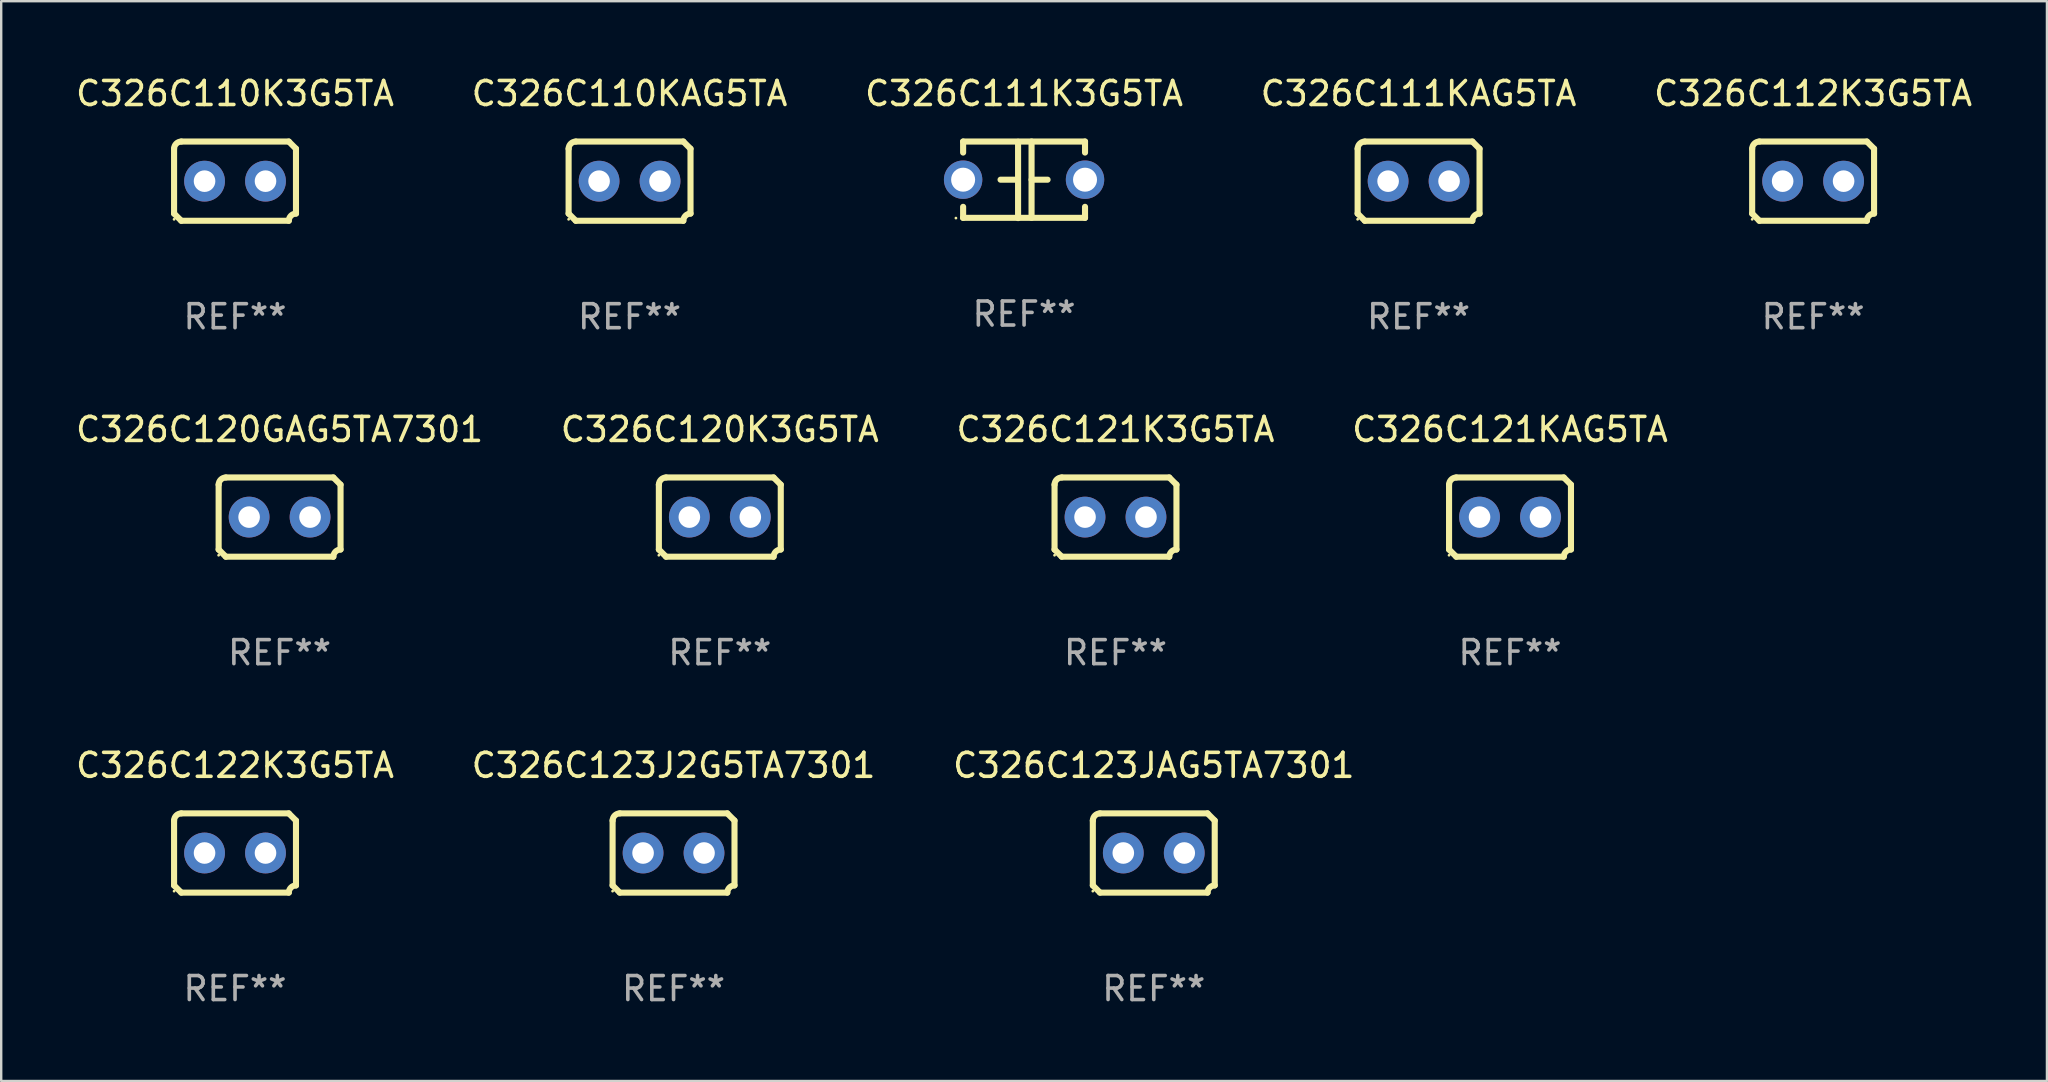
<source format=kicad_pcb>
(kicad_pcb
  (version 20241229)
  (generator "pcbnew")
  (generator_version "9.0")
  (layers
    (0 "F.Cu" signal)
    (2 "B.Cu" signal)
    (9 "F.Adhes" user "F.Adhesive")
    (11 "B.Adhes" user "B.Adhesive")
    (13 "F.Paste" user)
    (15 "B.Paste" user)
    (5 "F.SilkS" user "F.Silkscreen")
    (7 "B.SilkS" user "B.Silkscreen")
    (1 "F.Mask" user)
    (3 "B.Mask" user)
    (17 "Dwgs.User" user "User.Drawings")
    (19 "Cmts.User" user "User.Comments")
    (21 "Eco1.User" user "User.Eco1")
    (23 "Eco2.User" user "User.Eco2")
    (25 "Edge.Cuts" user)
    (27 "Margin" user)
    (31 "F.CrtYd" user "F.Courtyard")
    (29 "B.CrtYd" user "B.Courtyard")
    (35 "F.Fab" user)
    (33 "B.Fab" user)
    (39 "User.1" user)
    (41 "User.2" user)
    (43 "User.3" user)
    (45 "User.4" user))
  (footprint "C326C121KAG5TA"
    (layer "F.Cu")
    (at 59.875 18.498)
    (property "Reference" "C326C121KAG5TA" (at 0 -3.651 0) (layer "F.SilkS") (effects (font (size 1 1) (thickness 0.15))))
    (attr through_hole)
    (fp_line (start -2.54 -1.351) (end -2.54 1.351) (stroke (width 0.254) (type solid)) (layer "F.SilkS"))
    (fp_line (start -2.24 -1.651) (end 2.24 -1.651) (stroke (width 0.254) (type solid)) (layer "F.SilkS"))
    (fp_line (start 2.24 1.651) (end -2.24 1.651) (stroke (width 0.254) (type solid)) (layer "F.SilkS"))
    (fp_line (start 2.54 1.351) (end 2.54 -1.351) (stroke (width 0.254) (type solid)) (layer "F.SilkS"))
    (fp_arc (start -2.540005 -1.351283) (mid -2.450115 -1.561309) (end -2.240005 -1.651003) (stroke (width 0.254001) (type solid)) (layer "F.SilkS"))
    (fp_arc (start -2.240287 1.651001) (mid -2.390163 1.501019) (end -2.540005 1.351003) (stroke (width 0.254001) (type solid)) (layer "F.SilkS"))
    (fp_arc (start 2.240005 1.651003) (mid 2.329934 1.441015) (end 2.540005 1.351282) (stroke (width 0.254001) (type solid)) (layer "F.SilkS"))
    (fp_arc (start 2.540005 -1.351003) (mid 2.389393 -1.500252) (end 2.240284 -1.651003) (stroke (width 0.254001) (type solid)) (layer "F.SilkS"))
    (fp_circle (center -2.54 1.59) (end -2.51 1.59) (stroke (width 0.06) (type solid)) (fill no) (layer "F.SilkS"))
    (fp_text user "REF**" (at 0 5.651 0) (layer "F.Fab") (effects (font (size 1 1) (thickness 0.15))))
    (pad "1" thru_hole circle (at -1.27 0) (size 1.7 1.7) (drill 0.9) (layers "*.Cu" "*.Mask"))
    (pad "2" thru_hole circle (at 1.27 0) (size 1.7 1.7) (drill 0.9) (layers "*.Cu" "*.Mask")))
  (footprint "C326C111K3G5TA"
    (layer "F.Cu")
    (at 39.625 4.443)
    (property "Reference" "C326C111K3G5TA" (at 0 -3.595 0) (layer "F.SilkS") (effects (font (size 1 1) (thickness 0.15))))
    (attr through_hole)
    (fp_line (start -2.54 -1.595) (end -2.54 -1.136) (stroke (width 0.254) (type solid)) (layer "F.SilkS"))
    (fp_line (start -2.54 -1.595) (end 2.54 -1.595) (stroke (width 0.254) (type solid)) (layer "F.SilkS"))
    (fp_line (start -2.54 1.126) (end -2.54 1.585) (stroke (width 0.254) (type solid)) (layer "F.SilkS"))
    (fp_line (start -0.312 -0.005) (end -0.98 -0.005) (stroke (width 0.254) (type solid)) (layer "F.SilkS"))
    (fp_line (start -0.25 -1.585) (end -0.25 1.595) (stroke (width 0.254) (type solid)) (layer "F.SilkS"))
    (fp_line (start 0.312 -1.595) (end 0.312 1.585) (stroke (width 0.254) (type solid)) (layer "F.SilkS"))
    (fp_line (start 0.312 -0.005) (end 0.98 -0.005) (stroke (width 0.254) (type solid)) (layer "F.SilkS"))
    (fp_line (start 2.54 -1.595) (end 2.54 -1.136) (stroke (width 0.254) (type solid)) (layer "F.SilkS"))
    (fp_line (start 2.54 1.126) (end 2.54 1.585) (stroke (width 0.254) (type solid)) (layer "F.SilkS"))
    (fp_line (start 2.54 1.585) (end -2.54 1.585) (stroke (width 0.254) (type solid)) (layer "F.SilkS"))
    (fp_circle (center -2.84 1.595) (end -2.81 1.595) (stroke (width 0.06) (type solid)) (fill no) (layer "F.SilkS"))
    (fp_text user "REF**" (at 0 5.595 0) (layer "F.Fab") (effects (font (size 1 1) (thickness 0.15))))
    (pad "1" thru_hole circle (at -2.54 -0.005) (size 1.6 1.6) (drill 1) (layers "*.Cu" "*.Mask"))
    (pad "2" thru_hole circle (at 2.54 -0.005) (size 1.6 1.6) (drill 1) (layers "*.Cu" "*.Mask")))
  (footprint "C326C123JAG5TA7301"
    (layer "F.Cu")
    (at 45.03 32.496)
    (property "Reference" "C326C123JAG5TA7301" (at 0 -3.651 0) (layer "F.SilkS") (effects (font (size 1 1) (thickness 0.15))))
    (attr through_hole)
    (fp_line (start -2.54 -1.351) (end -2.54 1.351) (stroke (width 0.254) (type solid)) (layer "F.SilkS"))
    (fp_line (start -2.24 -1.651) (end 2.24 -1.651) (stroke (width 0.254) (type solid)) (layer "F.SilkS"))
    (fp_line (start 2.24 1.651) (end -2.24 1.651) (stroke (width 0.254) (type solid)) (layer "F.SilkS"))
    (fp_line (start 2.54 1.351) (end 2.54 -1.351) (stroke (width 0.254) (type solid)) (layer "F.SilkS"))
    (fp_arc (start -2.540005 -1.351283) (mid -2.450115 -1.561309) (end -2.240005 -1.651003) (stroke (width 0.254001) (type solid)) (layer "F.SilkS"))
    (fp_arc (start -2.240287 1.651001) (mid -2.390163 1.501019) (end -2.540005 1.351003) (stroke (width 0.254001) (type solid)) (layer "F.SilkS"))
    (fp_arc (start 2.240005 1.651003) (mid 2.329934 1.441015) (end 2.540005 1.351282) (stroke (width 0.254001) (type solid)) (layer "F.SilkS"))
    (fp_arc (start 2.540005 -1.351003) (mid 2.389393 -1.500252) (end 2.240284 -1.651003) (stroke (width 0.254001) (type solid)) (layer "F.SilkS"))
    (fp_circle (center -2.54 1.59) (end -2.51 1.59) (stroke (width 0.06) (type solid)) (fill no) (layer "F.SilkS"))
    (fp_text user "REF**" (at 0 5.651 0) (layer "F.Fab") (effects (font (size 1 1) (thickness 0.15))))
    (pad "1" thru_hole circle (at -1.27 0) (size 1.7 1.7) (drill 0.9) (layers "*.Cu" "*.Mask"))
    (pad "2" thru_hole circle (at 1.27 0) (size 1.7 1.7) (drill 0.9) (layers "*.Cu" "*.Mask")))
  (footprint "C326C123J2G5TA7301"
    (layer "F.Cu")
    (at 25.018 32.496)
    (property "Reference" "C326C123J2G5TA7301" (at 0 -3.651 0) (layer "F.SilkS") (effects (font (size 1 1) (thickness 0.15))))
    (attr through_hole)
    (fp_line (start -2.54 -1.351) (end -2.54 1.351) (stroke (width 0.254) (type solid)) (layer "F.SilkS"))
    (fp_line (start -2.24 -1.651) (end 2.24 -1.651) (stroke (width 0.254) (type solid)) (layer "F.SilkS"))
    (fp_line (start 2.24 1.651) (end -2.24 1.651) (stroke (width 0.254) (type solid)) (layer "F.SilkS"))
    (fp_line (start 2.54 1.351) (end 2.54 -1.351) (stroke (width 0.254) (type solid)) (layer "F.SilkS"))
    (fp_arc (start -2.540005 -1.351283) (mid -2.450115 -1.561309) (end -2.240005 -1.651003) (stroke (width 0.254001) (type solid)) (layer "F.SilkS"))
    (fp_arc (start -2.240287 1.651001) (mid -2.390163 1.501019) (end -2.540005 1.351003) (stroke (width 0.254001) (type solid)) (layer "F.SilkS"))
    (fp_arc (start 2.240005 1.651003) (mid 2.329934 1.441015) (end 2.540005 1.351282) (stroke (width 0.254001) (type solid)) (layer "F.SilkS"))
    (fp_arc (start 2.540005 -1.351003) (mid 2.389393 -1.500252) (end 2.240284 -1.651003) (stroke (width 0.254001) (type solid)) (layer "F.SilkS"))
    (fp_circle (center -2.54 1.59) (end -2.51 1.59) (stroke (width 0.06) (type solid)) (fill no) (layer "F.SilkS"))
    (fp_text user "REF**" (at 0 5.651 0) (layer "F.Fab") (effects (font (size 1 1) (thickness 0.15))))
    (pad "1" thru_hole circle (at -1.27 0) (size 1.7 1.7) (drill 0.9) (layers "*.Cu" "*.Mask"))
    (pad "2" thru_hole circle (at 1.27 0) (size 1.7 1.7) (drill 0.9) (layers "*.Cu" "*.Mask")))
  (footprint "C326C120K3G5TA"
    (layer "F.Cu")
    (at 26.946 18.498)
    (property "Reference" "C326C120K3G5TA" (at 0 -3.651 0) (layer "F.SilkS") (effects (font (size 1 1) (thickness 0.15))))
    (attr through_hole)
    (fp_line (start -2.54 -1.351) (end -2.54 1.351) (stroke (width 0.254) (type solid)) (layer "F.SilkS"))
    (fp_line (start -2.24 -1.651) (end 2.24 -1.651) (stroke (width 0.254) (type solid)) (layer "F.SilkS"))
    (fp_line (start 2.24 1.651) (end -2.24 1.651) (stroke (width 0.254) (type solid)) (layer "F.SilkS"))
    (fp_line (start 2.54 1.351) (end 2.54 -1.351) (stroke (width 0.254) (type solid)) (layer "F.SilkS"))
    (fp_arc (start -2.540005 -1.351283) (mid -2.450115 -1.561309) (end -2.240005 -1.651003) (stroke (width 0.254001) (type solid)) (layer "F.SilkS"))
    (fp_arc (start -2.240287 1.651001) (mid -2.390163 1.501019) (end -2.540005 1.351003) (stroke (width 0.254001) (type solid)) (layer "F.SilkS"))
    (fp_arc (start 2.240005 1.651003) (mid 2.329934 1.441015) (end 2.540005 1.351282) (stroke (width 0.254001) (type solid)) (layer "F.SilkS"))
    (fp_arc (start 2.540005 -1.351003) (mid 2.389393 -1.500252) (end 2.240284 -1.651003) (stroke (width 0.254001) (type solid)) (layer "F.SilkS"))
    (fp_circle (center -2.54 1.59) (end -2.51 1.59) (stroke (width 0.06) (type solid)) (fill no) (layer "F.SilkS"))
    (fp_text user "REF**" (at 0 5.651 0) (layer "F.Fab") (effects (font (size 1 1) (thickness 0.15))))
    (pad "1" thru_hole circle (at -1.27 0) (size 1.7 1.7) (drill 0.9) (layers "*.Cu" "*.Mask"))
    (pad "2" thru_hole circle (at 1.27 0) (size 1.7 1.7) (drill 0.9) (layers "*.Cu" "*.Mask")))
  (footprint "C326C110KAG5TA"
    (layer "F.Cu")
    (at 23.185 4.499)
    (property "Reference" "C326C110KAG5TA" (at 0 -3.651 0) (layer "F.SilkS") (effects (font (size 1 1) (thickness 0.15))))
    (attr through_hole)
    (fp_line (start -2.54 -1.351) (end -2.54 1.351) (stroke (width 0.254) (type solid)) (layer "F.SilkS"))
    (fp_line (start -2.24 -1.651) (end 2.24 -1.651) (stroke (width 0.254) (type solid)) (layer "F.SilkS"))
    (fp_line (start 2.24 1.651) (end -2.24 1.651) (stroke (width 0.254) (type solid)) (layer "F.SilkS"))
    (fp_line (start 2.54 1.351) (end 2.54 -1.351) (stroke (width 0.254) (type solid)) (layer "F.SilkS"))
    (fp_arc (start -2.540005 -1.351283) (mid -2.450115 -1.561309) (end -2.240005 -1.651003) (stroke (width 0.254001) (type solid)) (layer "F.SilkS"))
    (fp_arc (start -2.240287 1.651001) (mid -2.390163 1.501019) (end -2.540005 1.351003) (stroke (width 0.254001) (type solid)) (layer "F.SilkS"))
    (fp_arc (start 2.240005 1.651003) (mid 2.329934 1.441015) (end 2.540005 1.351282) (stroke (width 0.254001) (type solid)) (layer "F.SilkS"))
    (fp_arc (start 2.540005 -1.351003) (mid 2.389393 -1.500252) (end 2.240284 -1.651003) (stroke (width 0.254001) (type solid)) (layer "F.SilkS"))
    (fp_circle (center -2.54 1.59) (end -2.51 1.59) (stroke (width 0.06) (type solid)) (fill no) (layer "F.SilkS"))
    (fp_text user "REF**" (at 0 5.651 0) (layer "F.Fab") (effects (font (size 1 1) (thickness 0.15))))
    (pad "1" thru_hole circle (at -1.27 0) (size 1.7 1.7) (drill 0.9) (layers "*.Cu" "*.Mask"))
    (pad "2" thru_hole circle (at 1.27 0) (size 1.7 1.7) (drill 0.9) (layers "*.Cu" "*.Mask")))
  (footprint "C326C121K3G5TA"
    (layer "F.Cu")
    (at 43.435 18.498)
    (property "Reference" "C326C121K3G5TA" (at 0 -3.651 0) (layer "F.SilkS") (effects (font (size 1 1) (thickness 0.15))))
    (attr through_hole)
    (fp_line (start -2.54 -1.351) (end -2.54 1.351) (stroke (width 0.254) (type solid)) (layer "F.SilkS"))
    (fp_line (start -2.24 -1.651) (end 2.24 -1.651) (stroke (width 0.254) (type solid)) (layer "F.SilkS"))
    (fp_line (start 2.24 1.651) (end -2.24 1.651) (stroke (width 0.254) (type solid)) (layer "F.SilkS"))
    (fp_line (start 2.54 1.351) (end 2.54 -1.351) (stroke (width 0.254) (type solid)) (layer "F.SilkS"))
    (fp_arc (start -2.540005 -1.351283) (mid -2.450115 -1.561309) (end -2.240005 -1.651003) (stroke (width 0.254001) (type solid)) (layer "F.SilkS"))
    (fp_arc (start -2.240287 1.651001) (mid -2.390163 1.501019) (end -2.540005 1.351003) (stroke (width 0.254001) (type solid)) (layer "F.SilkS"))
    (fp_arc (start 2.240005 1.651003) (mid 2.329934 1.441015) (end 2.540005 1.351282) (stroke (width 0.254001) (type solid)) (layer "F.SilkS"))
    (fp_arc (start 2.540005 -1.351003) (mid 2.389393 -1.500252) (end 2.240284 -1.651003) (stroke (width 0.254001) (type solid)) (layer "F.SilkS"))
    (fp_circle (center -2.54 1.59) (end -2.51 1.59) (stroke (width 0.06) (type solid)) (fill no) (layer "F.SilkS"))
    (fp_text user "REF**" (at 0 5.651 0) (layer "F.Fab") (effects (font (size 1 1) (thickness 0.15))))
    (pad "1" thru_hole circle (at -1.27 0) (size 1.7 1.7) (drill 0.9) (layers "*.Cu" "*.Mask"))
    (pad "2" thru_hole circle (at 1.27 0) (size 1.7 1.7) (drill 0.9) (layers "*.Cu" "*.Mask")))
  (footprint "C326C110K3G5TA"
    (layer "F.Cu")
    (at 6.744 4.499)
    (property "Reference" "C326C110K3G5TA" (at 0 -3.651 0) (layer "F.SilkS") (effects (font (size 1 1) (thickness 0.15))))
    (attr through_hole)
    (fp_line (start -2.54 -1.351) (end -2.54 1.351) (stroke (width 0.254) (type solid)) (layer "F.SilkS"))
    (fp_line (start -2.24 -1.651) (end 2.24 -1.651) (stroke (width 0.254) (type solid)) (layer "F.SilkS"))
    (fp_line (start 2.24 1.651) (end -2.24 1.651) (stroke (width 0.254) (type solid)) (layer "F.SilkS"))
    (fp_line (start 2.54 1.351) (end 2.54 -1.351) (stroke (width 0.254) (type solid)) (layer "F.SilkS"))
    (fp_arc (start -2.540005 -1.351283) (mid -2.450115 -1.561309) (end -2.240005 -1.651003) (stroke (width 0.254001) (type solid)) (layer "F.SilkS"))
    (fp_arc (start -2.240287 1.651001) (mid -2.390163 1.501019) (end -2.540005 1.351003) (stroke (width 0.254001) (type solid)) (layer "F.SilkS"))
    (fp_arc (start 2.240005 1.651003) (mid 2.329934 1.441015) (end 2.540005 1.351282) (stroke (width 0.254001) (type solid)) (layer "F.SilkS"))
    (fp_arc (start 2.540005 -1.351003) (mid 2.389393 -1.500252) (end 2.240284 -1.651003) (stroke (width 0.254001) (type solid)) (layer "F.SilkS"))
    (fp_circle (center -2.54 1.59) (end -2.51 1.59) (stroke (width 0.06) (type solid)) (fill no) (layer "F.SilkS"))
    (fp_text user "REF**" (at 0 5.651 0) (layer "F.Fab") (effects (font (size 1 1) (thickness 0.15))))
    (pad "1" thru_hole circle (at -1.27 0) (size 1.7 1.7) (drill 0.9) (layers "*.Cu" "*.Mask"))
    (pad "2" thru_hole circle (at 1.27 0) (size 1.7 1.7) (drill 0.9) (layers "*.Cu" "*.Mask")))
  (footprint "C326C120GAG5TA7301"
    (layer "F.Cu")
    (at 8.601 18.498)
    (property "Reference" "C326C120GAG5TA7301" (at 0 -3.651 0) (layer "F.SilkS") (effects (font (size 1 1) (thickness 0.15))))
    (attr through_hole)
    (fp_line (start -2.54 -1.351) (end -2.54 1.351) (stroke (width 0.254) (type solid)) (layer "F.SilkS"))
    (fp_line (start -2.24 -1.651) (end 2.24 -1.651) (stroke (width 0.254) (type solid)) (layer "F.SilkS"))
    (fp_line (start 2.24 1.651) (end -2.24 1.651) (stroke (width 0.254) (type solid)) (layer "F.SilkS"))
    (fp_line (start 2.54 1.351) (end 2.54 -1.351) (stroke (width 0.254) (type solid)) (layer "F.SilkS"))
    (fp_arc (start -2.540005 -1.351283) (mid -2.450115 -1.561309) (end -2.240005 -1.651003) (stroke (width 0.254001) (type solid)) (layer "F.SilkS"))
    (fp_arc (start -2.240287 1.651001) (mid -2.390163 1.501019) (end -2.540005 1.351003) (stroke (width 0.254001) (type solid)) (layer "F.SilkS"))
    (fp_arc (start 2.240005 1.651003) (mid 2.329934 1.441015) (end 2.540005 1.351282) (stroke (width 0.254001) (type solid)) (layer "F.SilkS"))
    (fp_arc (start 2.540005 -1.351003) (mid 2.389393 -1.500252) (end 2.240284 -1.651003) (stroke (width 0.254001) (type solid)) (layer "F.SilkS"))
    (fp_circle (center -2.54 1.59) (end -2.51 1.59) (stroke (width 0.06) (type solid)) (fill no) (layer "F.SilkS"))
    (fp_text user "REF**" (at 0 5.651 0) (layer "F.Fab") (effects (font (size 1 1) (thickness 0.15))))
    (pad "1" thru_hole circle (at -1.27 0) (size 1.7 1.7) (drill 0.9) (layers "*.Cu" "*.Mask"))
    (pad "2" thru_hole circle (at 1.27 0) (size 1.7 1.7) (drill 0.9) (layers "*.Cu" "*.Mask")))
  (footprint "C326C122K3G5TA"
    (layer "F.Cu")
    (at 6.744 32.496)
    (property "Reference" "C326C122K3G5TA" (at 0 -3.651 0) (layer "F.SilkS") (effects (font (size 1 1) (thickness 0.15))))
    (attr through_hole)
    (fp_line (start -2.54 -1.351) (end -2.54 1.351) (stroke (width 0.254) (type solid)) (layer "F.SilkS"))
    (fp_line (start -2.24 -1.651) (end 2.24 -1.651) (stroke (width 0.254) (type solid)) (layer "F.SilkS"))
    (fp_line (start 2.24 1.651) (end -2.24 1.651) (stroke (width 0.254) (type solid)) (layer "F.SilkS"))
    (fp_line (start 2.54 1.351) (end 2.54 -1.351) (stroke (width 0.254) (type solid)) (layer "F.SilkS"))
    (fp_arc (start -2.540005 -1.351283) (mid -2.450115 -1.561309) (end -2.240005 -1.651003) (stroke (width 0.254001) (type solid)) (layer "F.SilkS"))
    (fp_arc (start -2.240287 1.651001) (mid -2.390163 1.501019) (end -2.540005 1.351003) (stroke (width 0.254001) (type solid)) (layer "F.SilkS"))
    (fp_arc (start 2.240005 1.651003) (mid 2.329934 1.441015) (end 2.540005 1.351282) (stroke (width 0.254001) (type solid)) (layer "F.SilkS"))
    (fp_arc (start 2.540005 -1.351003) (mid 2.389393 -1.500252) (end 2.240284 -1.651003) (stroke (width 0.254001) (type solid)) (layer "F.SilkS"))
    (fp_circle (center -2.54 1.59) (end -2.51 1.59) (stroke (width 0.06) (type solid)) (fill no) (layer "F.SilkS"))
    (fp_text user "REF**" (at 0 5.651 0) (layer "F.Fab") (effects (font (size 1 1) (thickness 0.15))))
    (pad "1" thru_hole circle (at -1.27 0) (size 1.7 1.7) (drill 0.9) (layers "*.Cu" "*.Mask"))
    (pad "2" thru_hole circle (at 1.27 0) (size 1.7 1.7) (drill 0.9) (layers "*.Cu" "*.Mask")))
  (footprint "C326C111KAG5TA"
    (layer "F.Cu")
    (at 56.065 4.499)
    (property "Reference" "C326C111KAG5TA" (at 0 -3.651 0) (layer "F.SilkS") (effects (font (size 1 1) (thickness 0.15))))
    (attr through_hole)
    (fp_line (start -2.54 -1.351) (end -2.54 1.351) (stroke (width 0.254) (type solid)) (layer "F.SilkS"))
    (fp_line (start -2.24 -1.651) (end 2.24 -1.651) (stroke (width 0.254) (type solid)) (layer "F.SilkS"))
    (fp_line (start 2.24 1.651) (end -2.24 1.651) (stroke (width 0.254) (type solid)) (layer "F.SilkS"))
    (fp_line (start 2.54 1.351) (end 2.54 -1.351) (stroke (width 0.254) (type solid)) (layer "F.SilkS"))
    (fp_arc (start -2.540005 -1.351283) (mid -2.450115 -1.561309) (end -2.240005 -1.651003) (stroke (width 0.254001) (type solid)) (layer "F.SilkS"))
    (fp_arc (start -2.240287 1.651001) (mid -2.390163 1.501019) (end -2.540005 1.351003) (stroke (width 0.254001) (type solid)) (layer "F.SilkS"))
    (fp_arc (start 2.240005 1.651003) (mid 2.329934 1.441015) (end 2.540005 1.351282) (stroke (width 0.254001) (type solid)) (layer "F.SilkS"))
    (fp_arc (start 2.540005 -1.351003) (mid 2.389393 -1.500252) (end 2.240284 -1.651003) (stroke (width 0.254001) (type solid)) (layer "F.SilkS"))
    (fp_circle (center -2.54 1.59) (end -2.51 1.59) (stroke (width 0.06) (type solid)) (fill no) (layer "F.SilkS"))
    (fp_text user "REF**" (at 0 5.651 0) (layer "F.Fab") (effects (font (size 1 1) (thickness 0.15))))
    (pad "1" thru_hole circle (at -1.27 0) (size 1.7 1.7) (drill 0.9) (layers "*.Cu" "*.Mask"))
    (pad "2" thru_hole circle (at 1.27 0) (size 1.7 1.7) (drill 0.9) (layers "*.Cu" "*.Mask")))
  (footprint "C326C112K3G5TA"
    (layer "F.Cu")
    (at 72.506 4.499)
    (property "Reference" "C326C112K3G5TA" (at 0 -3.651 0) (layer "F.SilkS") (effects (font (size 1 1) (thickness 0.15))))
    (attr through_hole)
    (fp_line (start -2.54 -1.351) (end -2.54 1.351) (stroke (width 0.254) (type solid)) (layer "F.SilkS"))
    (fp_line (start -2.24 -1.651) (end 2.24 -1.651) (stroke (width 0.254) (type solid)) (layer "F.SilkS"))
    (fp_line (start 2.24 1.651) (end -2.24 1.651) (stroke (width 0.254) (type solid)) (layer "F.SilkS"))
    (fp_line (start 2.54 1.351) (end 2.54 -1.351) (stroke (width 0.254) (type solid)) (layer "F.SilkS"))
    (fp_arc (start -2.540005 -1.351283) (mid -2.450115 -1.561309) (end -2.240005 -1.651003) (stroke (width 0.254001) (type solid)) (layer "F.SilkS"))
    (fp_arc (start -2.240287 1.651001) (mid -2.390163 1.501019) (end -2.540005 1.351003) (stroke (width 0.254001) (type solid)) (layer "F.SilkS"))
    (fp_arc (start 2.240005 1.651003) (mid 2.329934 1.441015) (end 2.540005 1.351282) (stroke (width 0.254001) (type solid)) (layer "F.SilkS"))
    (fp_arc (start 2.540005 -1.351003) (mid 2.389393 -1.500252) (end 2.240284 -1.651003) (stroke (width 0.254001) (type solid)) (layer "F.SilkS"))
    (fp_circle (center -2.54 1.59) (end -2.51 1.59) (stroke (width 0.06) (type solid)) (fill no) (layer "F.SilkS"))
    (fp_text user "REF**" (at 0 5.651 0) (layer "F.Fab") (effects (font (size 1 1) (thickness 0.15))))
    (pad "1" thru_hole circle (at -1.27 0) (size 1.7 1.7) (drill 0.9) (layers "*.Cu" "*.Mask"))
    (pad "2" thru_hole circle (at 1.27 0) (size 1.7 1.7) (drill 0.9) (layers "*.Cu" "*.Mask")))
  (gr_rect
    (start -3 -3)
    (end 82.25 41.996)
    (stroke (width 0.1) (type default))
    (fill no)
    (layer "Edge.Cuts")))
</source>
